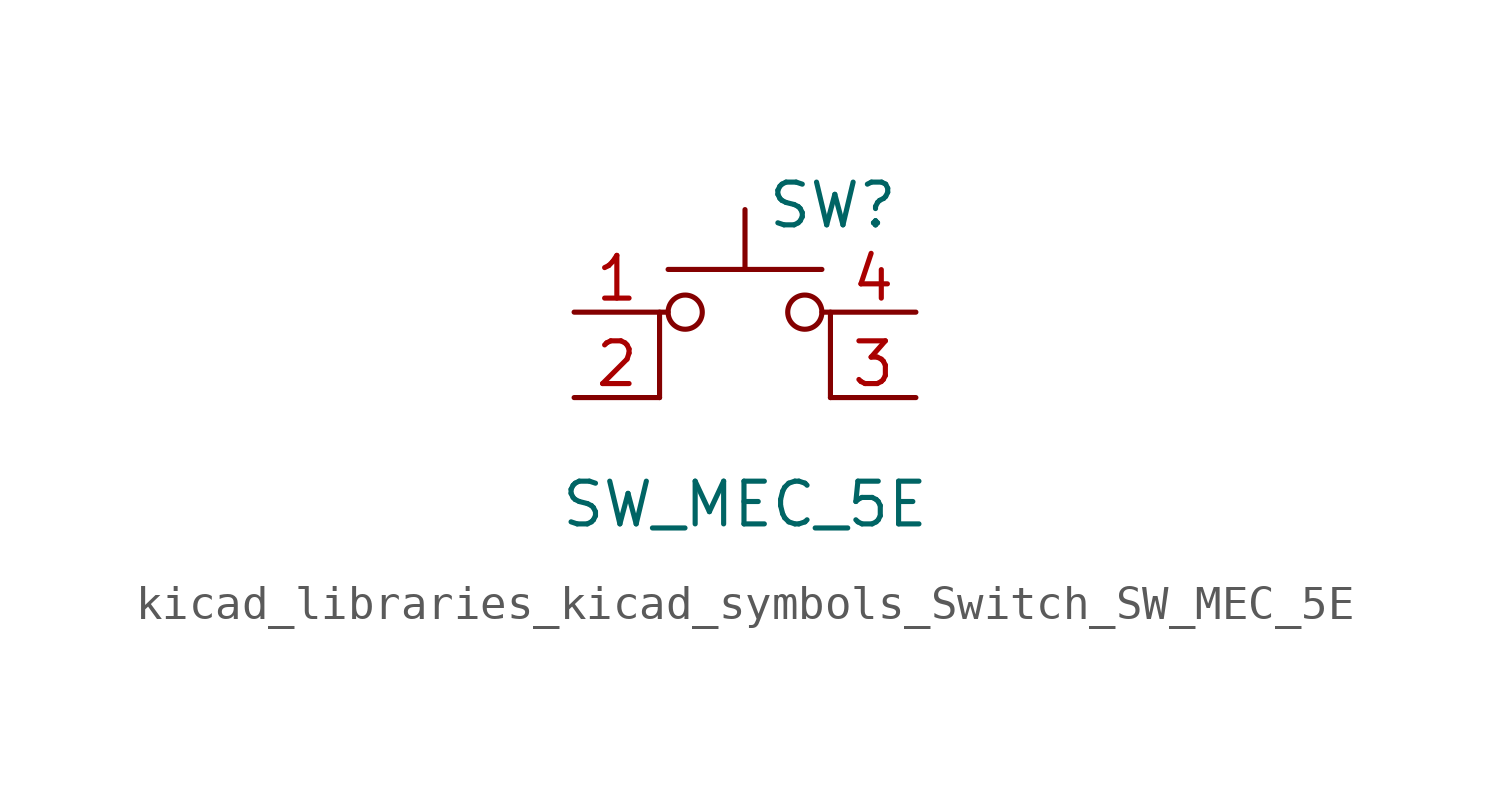
<source format=kicad_sym>
(kicad_symbol_lib
  (version 20220914)
  (generator kicad_symbol_editor)
  (symbol "kicad_libraries_kicad_symbols_Switch_SW_MEC_5E"
    (pin_names
      (offset 1.016) hide)
    (property "Reference" "SW"
      (at 0.635 5.715 0)
      (effects (font (size 1.27 1.27)) (justify left)))
    (property "Value" "SW_MEC_5E"
      (at 0 -3.175 0)
      (effects (font (size 1.27 1.27))))
    (symbol "kicad_libraries_kicad_symbols_Switch_SW_MEC_5E_0_1"
      (circle (center -1.778 2.54) (radius 0.508) (stroke (width 0) (type default)) (fill (type none)))
      (polyline (pts (xy -2.286 3.81) (xy 2.286 3.81)) (stroke (width 0) (type default)) (fill (type none)))
      (polyline (pts (xy 0 3.81) (xy 0 5.588)) (stroke (width 0) (type default)) (fill (type none)))
      (polyline (pts (xy -2.54 0) (xy -2.54 2.54) (xy -2.286 2.54)) (stroke (width 0) (type default)) (fill (type none)))
      (polyline (pts (xy 2.54 0) (xy 2.54 2.54) (xy 2.286 2.54)) (stroke (width 0) (type default)) (fill (type none)))
      (circle (center 1.778 2.54) (radius 0.508) (stroke (width 0) (type default)) (fill (type none)))
      (pin passive line (at -5.08 2.54 0) (length 2.54) (name "1" (effects (font (size 1.27 1.27)))) (number "1" (effects (font (size 1.27 1.27)))))
      (pin passive line (at -5.08 0 0) (length 2.54) (name "2" (effects (font (size 1.27 1.27)))) (number "2" (effects (font (size 1.27 1.27)))))
      (pin passive line (at 5.08 0 180) (length 2.54) (name "K" (effects (font (size 1.27 1.27)))) (number "3" (effects (font (size 1.27 1.27)))))
      (pin passive line (at 5.08 2.54 180) (length 2.54) (name "A" (effects (font (size 1.27 1.27)))) (number "4" (effects (font (size 1.27 1.27))))))))
</source>
